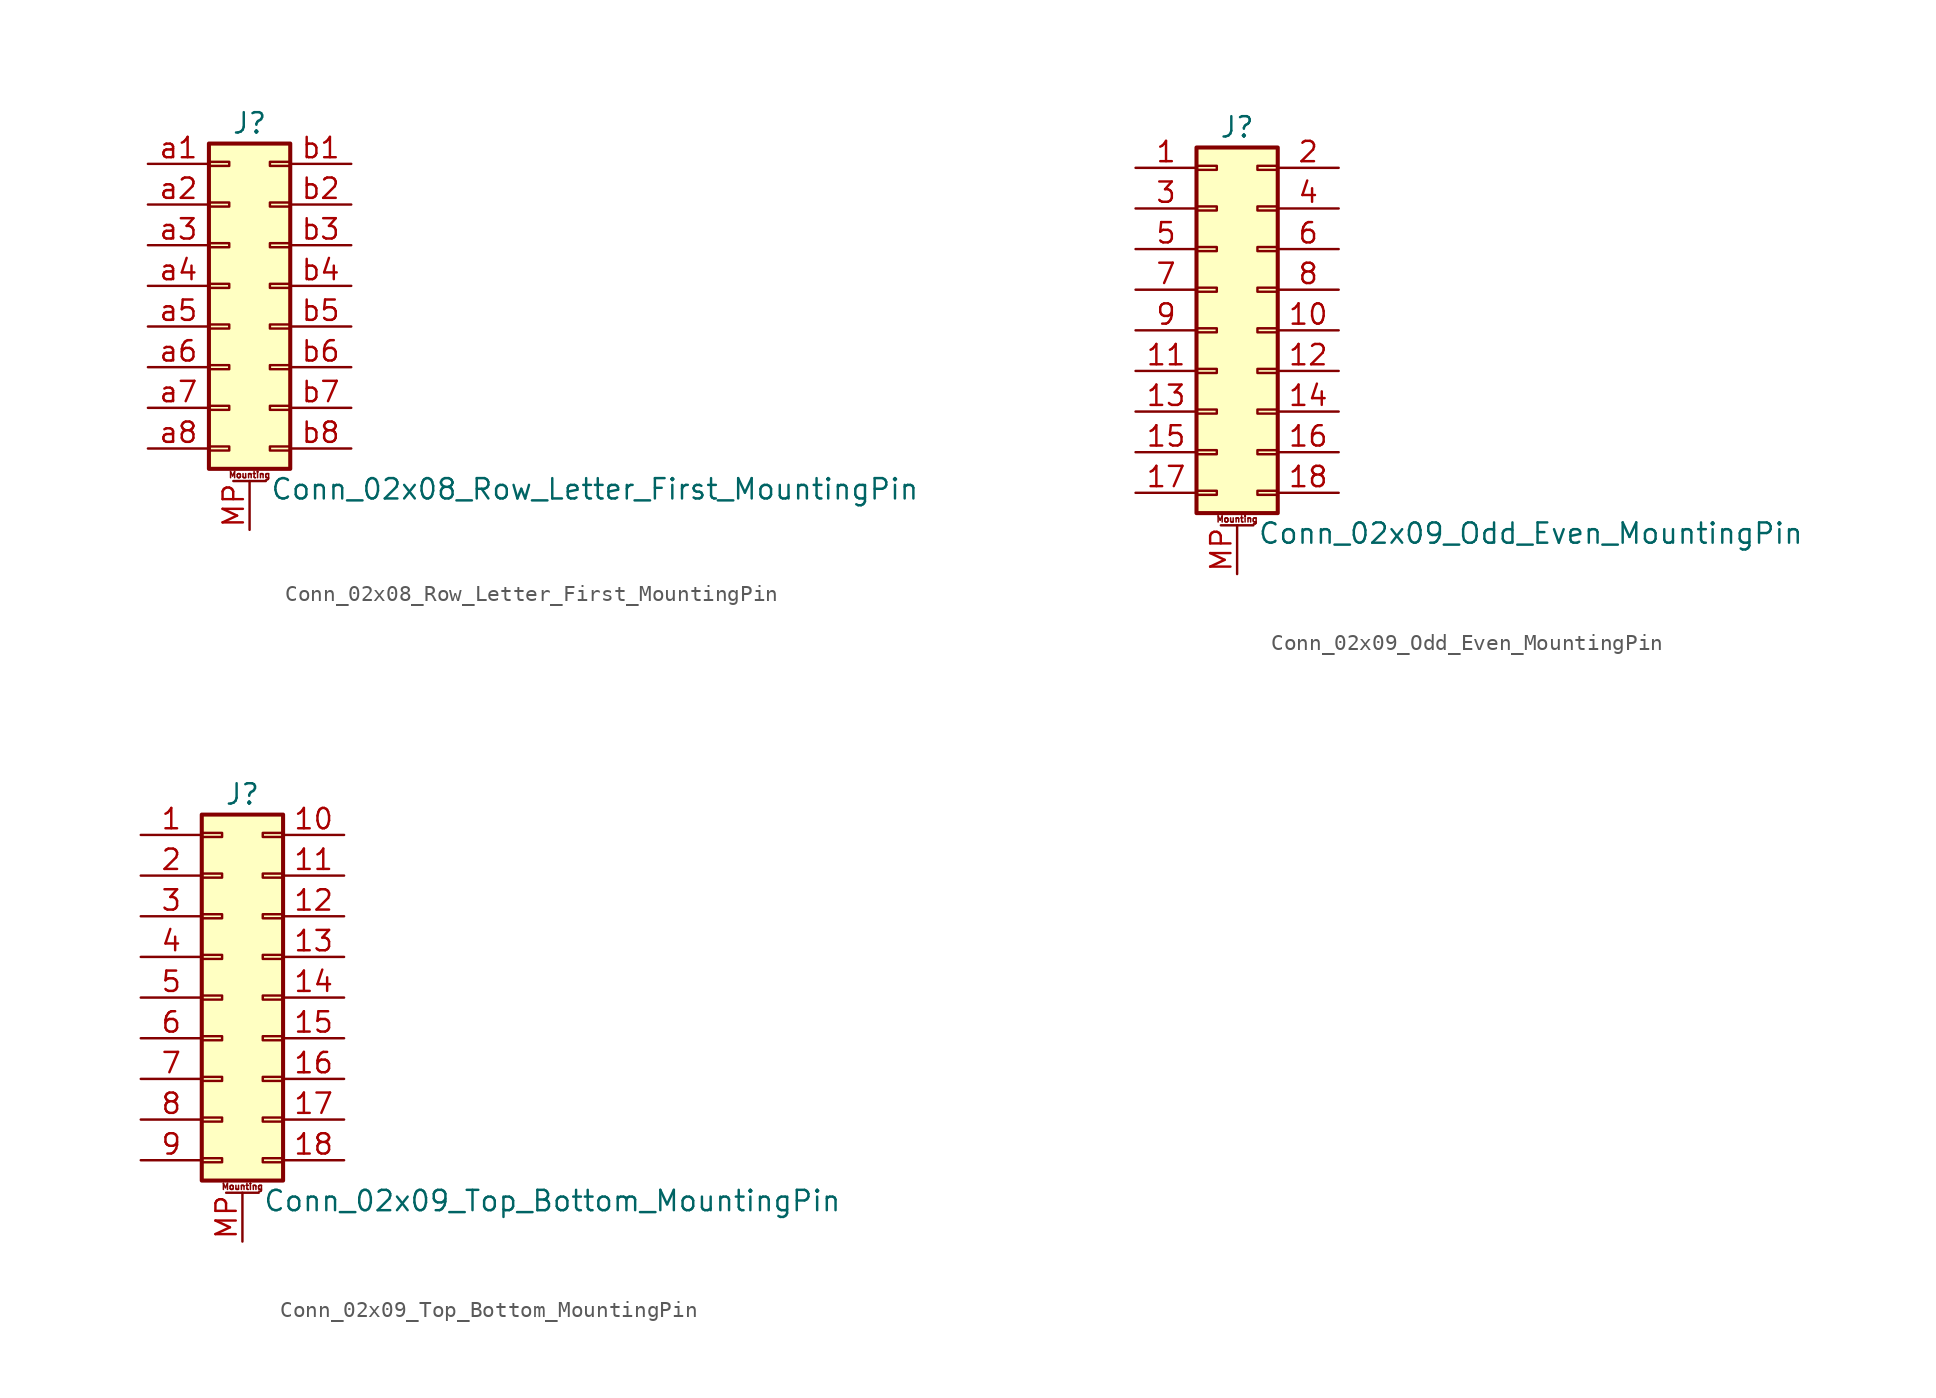
<source format=kicad_sym>
(kicad_symbol_lib
  (version 20211014)
  (generator kicad_symbol_editor)
  (symbol "Conn_02x08_Row_Letter_First_MountingPin"
    (pin_names
      (offset 1.016) hide)
    (property "Reference" "J"
      (at 1.27 10.16 0)
      (effects (font (size 1.27 1.27))))
    (property "Value" "Conn_02x08_Row_Letter_First_MountingPin"
      (at 2.54 -12.7 0)
      (effects (font (size 1.27 1.27)) (justify left)))
    (symbol "Conn_02x08_Row_Letter_First_MountingPin_1_1"
      (rectangle (start -1.27 -10.033) (end 0 -10.287) (stroke (width 0.152) (type default) (color 0 0 0 0)) (fill (type none)))
      (rectangle (start -1.27 -7.493) (end 0 -7.747) (stroke (width 0.152) (type default) (color 0 0 0 0)) (fill (type none)))
      (rectangle (start -1.27 -4.953) (end 0 -5.207) (stroke (width 0.152) (type default) (color 0 0 0 0)) (fill (type none)))
      (rectangle (start -1.27 -2.413) (end 0 -2.667) (stroke (width 0.152) (type default) (color 0 0 0 0)) (fill (type none)))
      (rectangle (start -1.27 0.127) (end 0 -0.127) (stroke (width 0.152) (type default) (color 0 0 0 0)) (fill (type none)))
      (rectangle (start -1.27 2.667) (end 0 2.413) (stroke (width 0.152) (type default) (color 0 0 0 0)) (fill (type none)))
      (rectangle (start -1.27 5.207) (end 0 4.953) (stroke (width 0.152) (type default) (color 0 0 0 0)) (fill (type none)))
      (rectangle (start -1.27 7.747) (end 0 7.493) (stroke (width 0.152) (type default) (color 0 0 0 0)) (fill (type none)))
      (rectangle (start -1.27 8.89) (end 3.81 -11.43) (stroke (width 0.254) (type default) (color 0 0 0 0)) (fill (type background)))
      (polyline (pts (xy 0.254 -12.192) (xy 2.286 -12.192)) (stroke (width 0.152) (type default) (color 0 0 0 0)) (fill (type none)))
      (rectangle (start 3.81 -10.033) (end 2.54 -10.287) (stroke (width 0.152) (type default) (color 0 0 0 0)) (fill (type none)))
      (rectangle (start 3.81 -7.493) (end 2.54 -7.747) (stroke (width 0.152) (type default) (color 0 0 0 0)) (fill (type none)))
      (rectangle (start 3.81 -4.953) (end 2.54 -5.207) (stroke (width 0.152) (type default) (color 0 0 0 0)) (fill (type none)))
      (rectangle (start 3.81 -2.413) (end 2.54 -2.667) (stroke (width 0.152) (type default) (color 0 0 0 0)) (fill (type none)))
      (rectangle (start 3.81 0.127) (end 2.54 -0.127) (stroke (width 0.152) (type default) (color 0 0 0 0)) (fill (type none)))
      (rectangle (start 3.81 2.667) (end 2.54 2.413) (stroke (width 0.152) (type default) (color 0 0 0 0)) (fill (type none)))
      (rectangle (start 3.81 5.207) (end 2.54 4.953) (stroke (width 0.152) (type default) (color 0 0 0 0)) (fill (type none)))
      (rectangle (start 3.81 7.747) (end 2.54 7.493) (stroke (width 0.152) (type default) (color 0 0 0 0)) (fill (type none)))
      (text "Mounting" (at 1.27 -11.811 0) (effects (font (size 0.381 0.381))))
      (pin passive line (at 1.27 -15.24 90) (length 3.048) (name "MountPin" (effects (font (size 1.27 1.27)))) (number "MP" (effects (font (size 1.27 1.27)))))
      (pin passive line (at -5.08 7.62 0) (length 3.81) (name "Pin_a1" (effects (font (size 1.27 1.27)))) (number "a1" (effects (font (size 1.27 1.27)))))
      (pin passive line (at -5.08 5.08 0) (length 3.81) (name "Pin_a2" (effects (font (size 1.27 1.27)))) (number "a2" (effects (font (size 1.27 1.27)))))
      (pin passive line (at -5.08 2.54 0) (length 3.81) (name "Pin_a3" (effects (font (size 1.27 1.27)))) (number "a3" (effects (font (size 1.27 1.27)))))
      (pin passive line (at -5.08 0 0) (length 3.81) (name "Pin_a4" (effects (font (size 1.27 1.27)))) (number "a4" (effects (font (size 1.27 1.27)))))
      (pin passive line (at -5.08 -2.54 0) (length 3.81) (name "Pin_a5" (effects (font (size 1.27 1.27)))) (number "a5" (effects (font (size 1.27 1.27)))))
      (pin passive line (at -5.08 -5.08 0) (length 3.81) (name "Pin_a6" (effects (font (size 1.27 1.27)))) (number "a6" (effects (font (size 1.27 1.27)))))
      (pin passive line (at -5.08 -7.62 0) (length 3.81) (name "Pin_a7" (effects (font (size 1.27 1.27)))) (number "a7" (effects (font (size 1.27 1.27)))))
      (pin passive line (at -5.08 -10.16 0) (length 3.81) (name "Pin_a8" (effects (font (size 1.27 1.27)))) (number "a8" (effects (font (size 1.27 1.27)))))
      (pin passive line (at 7.62 7.62 180) (length 3.81) (name "Pin_b1" (effects (font (size 1.27 1.27)))) (number "b1" (effects (font (size 1.27 1.27)))))
      (pin passive line (at 7.62 5.08 180) (length 3.81) (name "Pin_b2" (effects (font (size 1.27 1.27)))) (number "b2" (effects (font (size 1.27 1.27)))))
      (pin passive line (at 7.62 2.54 180) (length 3.81) (name "Pin_b3" (effects (font (size 1.27 1.27)))) (number "b3" (effects (font (size 1.27 1.27)))))
      (pin passive line (at 7.62 0 180) (length 3.81) (name "Pin_b4" (effects (font (size 1.27 1.27)))) (number "b4" (effects (font (size 1.27 1.27)))))
      (pin passive line (at 7.62 -2.54 180) (length 3.81) (name "Pin_b5" (effects (font (size 1.27 1.27)))) (number "b5" (effects (font (size 1.27 1.27)))))
      (pin passive line (at 7.62 -5.08 180) (length 3.81) (name "Pin_b6" (effects (font (size 1.27 1.27)))) (number "b6" (effects (font (size 1.27 1.27)))))
      (pin passive line (at 7.62 -7.62 180) (length 3.81) (name "Pin_b7" (effects (font (size 1.27 1.27)))) (number "b7" (effects (font (size 1.27 1.27)))))
      (pin passive line (at 7.62 -10.16 180) (length 3.81) (name "Pin_b8" (effects (font (size 1.27 1.27)))) (number "b8" (effects (font (size 1.27 1.27)))))))
  (symbol "Conn_02x09_Odd_Even_MountingPin"
    (pin_names
      (offset 1.016) hide)
    (property "Reference" "J"
      (at 1.27 12.7 0)
      (effects (font (size 1.27 1.27))))
    (property "Value" "Conn_02x09_Odd_Even_MountingPin"
      (at 2.54 -12.7 0)
      (effects (font (size 1.27 1.27)) (justify left)))
    (symbol "Conn_02x09_Odd_Even_MountingPin_1_1"
      (rectangle (start -1.27 -10.033) (end 0 -10.287) (stroke (width 0.152) (type default) (color 0 0 0 0)) (fill (type none)))
      (rectangle (start -1.27 -7.493) (end 0 -7.747) (stroke (width 0.152) (type default) (color 0 0 0 0)) (fill (type none)))
      (rectangle (start -1.27 -4.953) (end 0 -5.207) (stroke (width 0.152) (type default) (color 0 0 0 0)) (fill (type none)))
      (rectangle (start -1.27 -2.413) (end 0 -2.667) (stroke (width 0.152) (type default) (color 0 0 0 0)) (fill (type none)))
      (rectangle (start -1.27 0.127) (end 0 -0.127) (stroke (width 0.152) (type default) (color 0 0 0 0)) (fill (type none)))
      (rectangle (start -1.27 2.667) (end 0 2.413) (stroke (width 0.152) (type default) (color 0 0 0 0)) (fill (type none)))
      (rectangle (start -1.27 5.207) (end 0 4.953) (stroke (width 0.152) (type default) (color 0 0 0 0)) (fill (type none)))
      (rectangle (start -1.27 7.747) (end 0 7.493) (stroke (width 0.152) (type default) (color 0 0 0 0)) (fill (type none)))
      (rectangle (start -1.27 10.287) (end 0 10.033) (stroke (width 0.152) (type default) (color 0 0 0 0)) (fill (type none)))
      (rectangle (start -1.27 11.43) (end 3.81 -11.43) (stroke (width 0.254) (type default) (color 0 0 0 0)) (fill (type background)))
      (polyline (pts (xy 0.254 -12.192) (xy 2.286 -12.192)) (stroke (width 0.152) (type default) (color 0 0 0 0)) (fill (type none)))
      (rectangle (start 3.81 -10.033) (end 2.54 -10.287) (stroke (width 0.152) (type default) (color 0 0 0 0)) (fill (type none)))
      (rectangle (start 3.81 -7.493) (end 2.54 -7.747) (stroke (width 0.152) (type default) (color 0 0 0 0)) (fill (type none)))
      (rectangle (start 3.81 -4.953) (end 2.54 -5.207) (stroke (width 0.152) (type default) (color 0 0 0 0)) (fill (type none)))
      (rectangle (start 3.81 -2.413) (end 2.54 -2.667) (stroke (width 0.152) (type default) (color 0 0 0 0)) (fill (type none)))
      (rectangle (start 3.81 0.127) (end 2.54 -0.127) (stroke (width 0.152) (type default) (color 0 0 0 0)) (fill (type none)))
      (rectangle (start 3.81 2.667) (end 2.54 2.413) (stroke (width 0.152) (type default) (color 0 0 0 0)) (fill (type none)))
      (rectangle (start 3.81 5.207) (end 2.54 4.953) (stroke (width 0.152) (type default) (color 0 0 0 0)) (fill (type none)))
      (rectangle (start 3.81 7.747) (end 2.54 7.493) (stroke (width 0.152) (type default) (color 0 0 0 0)) (fill (type none)))
      (rectangle (start 3.81 10.287) (end 2.54 10.033) (stroke (width 0.152) (type default) (color 0 0 0 0)) (fill (type none)))
      (text "Mounting" (at 1.27 -11.811 0) (effects (font (size 0.381 0.381))))
      (pin passive line (at -5.08 10.16 0) (length 3.81) (name "Pin_1" (effects (font (size 1.27 1.27)))) (number "1" (effects (font (size 1.27 1.27)))))
      (pin passive line (at 7.62 0 180) (length 3.81) (name "Pin_10" (effects (font (size 1.27 1.27)))) (number "10" (effects (font (size 1.27 1.27)))))
      (pin passive line (at -5.08 -2.54 0) (length 3.81) (name "Pin_11" (effects (font (size 1.27 1.27)))) (number "11" (effects (font (size 1.27 1.27)))))
      (pin passive line (at 7.62 -2.54 180) (length 3.81) (name "Pin_12" (effects (font (size 1.27 1.27)))) (number "12" (effects (font (size 1.27 1.27)))))
      (pin passive line (at -5.08 -5.08 0) (length 3.81) (name "Pin_13" (effects (font (size 1.27 1.27)))) (number "13" (effects (font (size 1.27 1.27)))))
      (pin passive line (at 7.62 -5.08 180) (length 3.81) (name "Pin_14" (effects (font (size 1.27 1.27)))) (number "14" (effects (font (size 1.27 1.27)))))
      (pin passive line (at -5.08 -7.62 0) (length 3.81) (name "Pin_15" (effects (font (size 1.27 1.27)))) (number "15" (effects (font (size 1.27 1.27)))))
      (pin passive line (at 7.62 -7.62 180) (length 3.81) (name "Pin_16" (effects (font (size 1.27 1.27)))) (number "16" (effects (font (size 1.27 1.27)))))
      (pin passive line (at -5.08 -10.16 0) (length 3.81) (name "Pin_17" (effects (font (size 1.27 1.27)))) (number "17" (effects (font (size 1.27 1.27)))))
      (pin passive line (at 7.62 -10.16 180) (length 3.81) (name "Pin_18" (effects (font (size 1.27 1.27)))) (number "18" (effects (font (size 1.27 1.27)))))
      (pin passive line (at 7.62 10.16 180) (length 3.81) (name "Pin_2" (effects (font (size 1.27 1.27)))) (number "2" (effects (font (size 1.27 1.27)))))
      (pin passive line (at -5.08 7.62 0) (length 3.81) (name "Pin_3" (effects (font (size 1.27 1.27)))) (number "3" (effects (font (size 1.27 1.27)))))
      (pin passive line (at 7.62 7.62 180) (length 3.81) (name "Pin_4" (effects (font (size 1.27 1.27)))) (number "4" (effects (font (size 1.27 1.27)))))
      (pin passive line (at -5.08 5.08 0) (length 3.81) (name "Pin_5" (effects (font (size 1.27 1.27)))) (number "5" (effects (font (size 1.27 1.27)))))
      (pin passive line (at 7.62 5.08 180) (length 3.81) (name "Pin_6" (effects (font (size 1.27 1.27)))) (number "6" (effects (font (size 1.27 1.27)))))
      (pin passive line (at -5.08 2.54 0) (length 3.81) (name "Pin_7" (effects (font (size 1.27 1.27)))) (number "7" (effects (font (size 1.27 1.27)))))
      (pin passive line (at 7.62 2.54 180) (length 3.81) (name "Pin_8" (effects (font (size 1.27 1.27)))) (number "8" (effects (font (size 1.27 1.27)))))
      (pin passive line (at -5.08 0 0) (length 3.81) (name "Pin_9" (effects (font (size 1.27 1.27)))) (number "9" (effects (font (size 1.27 1.27)))))
      (pin passive line (at 1.27 -15.24 90) (length 3.048) (name "MountPin" (effects (font (size 1.27 1.27)))) (number "MP" (effects (font (size 1.27 1.27)))))))
  (symbol "Conn_02x09_Top_Bottom_MountingPin"
    (pin_names
      (offset 1.016) hide)
    (property "Reference" "J"
      (at 1.27 12.7 0)
      (effects (font (size 1.27 1.27))))
    (property "Value" "Conn_02x09_Top_Bottom_MountingPin"
      (at 2.54 -12.7 0)
      (effects (font (size 1.27 1.27)) (justify left)))
    (symbol "Conn_02x09_Top_Bottom_MountingPin_1_1"
      (rectangle (start -1.27 -10.033) (end 0 -10.287) (stroke (width 0.152) (type default) (color 0 0 0 0)) (fill (type none)))
      (rectangle (start -1.27 -7.493) (end 0 -7.747) (stroke (width 0.152) (type default) (color 0 0 0 0)) (fill (type none)))
      (rectangle (start -1.27 -4.953) (end 0 -5.207) (stroke (width 0.152) (type default) (color 0 0 0 0)) (fill (type none)))
      (rectangle (start -1.27 -2.413) (end 0 -2.667) (stroke (width 0.152) (type default) (color 0 0 0 0)) (fill (type none)))
      (rectangle (start -1.27 0.127) (end 0 -0.127) (stroke (width 0.152) (type default) (color 0 0 0 0)) (fill (type none)))
      (rectangle (start -1.27 2.667) (end 0 2.413) (stroke (width 0.152) (type default) (color 0 0 0 0)) (fill (type none)))
      (rectangle (start -1.27 5.207) (end 0 4.953) (stroke (width 0.152) (type default) (color 0 0 0 0)) (fill (type none)))
      (rectangle (start -1.27 7.747) (end 0 7.493) (stroke (width 0.152) (type default) (color 0 0 0 0)) (fill (type none)))
      (rectangle (start -1.27 10.287) (end 0 10.033) (stroke (width 0.152) (type default) (color 0 0 0 0)) (fill (type none)))
      (rectangle (start -1.27 11.43) (end 3.81 -11.43) (stroke (width 0.254) (type default) (color 0 0 0 0)) (fill (type background)))
      (polyline (pts (xy 0.254 -12.192) (xy 2.286 -12.192)) (stroke (width 0.152) (type default) (color 0 0 0 0)) (fill (type none)))
      (rectangle (start 3.81 -10.033) (end 2.54 -10.287) (stroke (width 0.152) (type default) (color 0 0 0 0)) (fill (type none)))
      (rectangle (start 3.81 -7.493) (end 2.54 -7.747) (stroke (width 0.152) (type default) (color 0 0 0 0)) (fill (type none)))
      (rectangle (start 3.81 -4.953) (end 2.54 -5.207) (stroke (width 0.152) (type default) (color 0 0 0 0)) (fill (type none)))
      (rectangle (start 3.81 -2.413) (end 2.54 -2.667) (stroke (width 0.152) (type default) (color 0 0 0 0)) (fill (type none)))
      (rectangle (start 3.81 0.127) (end 2.54 -0.127) (stroke (width 0.152) (type default) (color 0 0 0 0)) (fill (type none)))
      (rectangle (start 3.81 2.667) (end 2.54 2.413) (stroke (width 0.152) (type default) (color 0 0 0 0)) (fill (type none)))
      (rectangle (start 3.81 5.207) (end 2.54 4.953) (stroke (width 0.152) (type default) (color 0 0 0 0)) (fill (type none)))
      (rectangle (start 3.81 7.747) (end 2.54 7.493) (stroke (width 0.152) (type default) (color 0 0 0 0)) (fill (type none)))
      (rectangle (start 3.81 10.287) (end 2.54 10.033) (stroke (width 0.152) (type default) (color 0 0 0 0)) (fill (type none)))
      (text "Mounting" (at 1.27 -11.811 0) (effects (font (size 0.381 0.381))))
      (pin passive line (at -5.08 10.16 0) (length 3.81) (name "Pin_1" (effects (font (size 1.27 1.27)))) (number "1" (effects (font (size 1.27 1.27)))))
      (pin passive line (at 7.62 10.16 180) (length 3.81) (name "Pin_10" (effects (font (size 1.27 1.27)))) (number "10" (effects (font (size 1.27 1.27)))))
      (pin passive line (at 7.62 7.62 180) (length 3.81) (name "Pin_11" (effects (font (size 1.27 1.27)))) (number "11" (effects (font (size 1.27 1.27)))))
      (pin passive line (at 7.62 5.08 180) (length 3.81) (name "Pin_12" (effects (font (size 1.27 1.27)))) (number "12" (effects (font (size 1.27 1.27)))))
      (pin passive line (at 7.62 2.54 180) (length 3.81) (name "Pin_13" (effects (font (size 1.27 1.27)))) (number "13" (effects (font (size 1.27 1.27)))))
      (pin passive line (at 7.62 0 180) (length 3.81) (name "Pin_14" (effects (font (size 1.27 1.27)))) (number "14" (effects (font (size 1.27 1.27)))))
      (pin passive line (at 7.62 -2.54 180) (length 3.81) (name "Pin_15" (effects (font (size 1.27 1.27)))) (number "15" (effects (font (size 1.27 1.27)))))
      (pin passive line (at 7.62 -5.08 180) (length 3.81) (name "Pin_16" (effects (font (size 1.27 1.27)))) (number "16" (effects (font (size 1.27 1.27)))))
      (pin passive line (at 7.62 -7.62 180) (length 3.81) (name "Pin_17" (effects (font (size 1.27 1.27)))) (number "17" (effects (font (size 1.27 1.27)))))
      (pin passive line (at 7.62 -10.16 180) (length 3.81) (name "Pin_18" (effects (font (size 1.27 1.27)))) (number "18" (effects (font (size 1.27 1.27)))))
      (pin passive line (at -5.08 7.62 0) (length 3.81) (name "Pin_2" (effects (font (size 1.27 1.27)))) (number "2" (effects (font (size 1.27 1.27)))))
      (pin passive line (at -5.08 5.08 0) (length 3.81) (name "Pin_3" (effects (font (size 1.27 1.27)))) (number "3" (effects (font (size 1.27 1.27)))))
      (pin passive line (at -5.08 2.54 0) (length 3.81) (name "Pin_4" (effects (font (size 1.27 1.27)))) (number "4" (effects (font (size 1.27 1.27)))))
      (pin passive line (at -5.08 0 0) (length 3.81) (name "Pin_5" (effects (font (size 1.27 1.27)))) (number "5" (effects (font (size 1.27 1.27)))))
      (pin passive line (at -5.08 -2.54 0) (length 3.81) (name "Pin_6" (effects (font (size 1.27 1.27)))) (number "6" (effects (font (size 1.27 1.27)))))
      (pin passive line (at -5.08 -5.08 0) (length 3.81) (name "Pin_7" (effects (font (size 1.27 1.27)))) (number "7" (effects (font (size 1.27 1.27)))))
      (pin passive line (at -5.08 -7.62 0) (length 3.81) (name "Pin_8" (effects (font (size 1.27 1.27)))) (number "8" (effects (font (size 1.27 1.27)))))
      (pin passive line (at -5.08 -10.16 0) (length 3.81) (name "Pin_9" (effects (font (size 1.27 1.27)))) (number "9" (effects (font (size 1.27 1.27)))))
      (pin passive line (at 1.27 -15.24 90) (length 3.048) (name "MountPin" (effects (font (size 1.27 1.27)))) (number "MP" (effects (font (size 1.27 1.27))))))))
</source>
